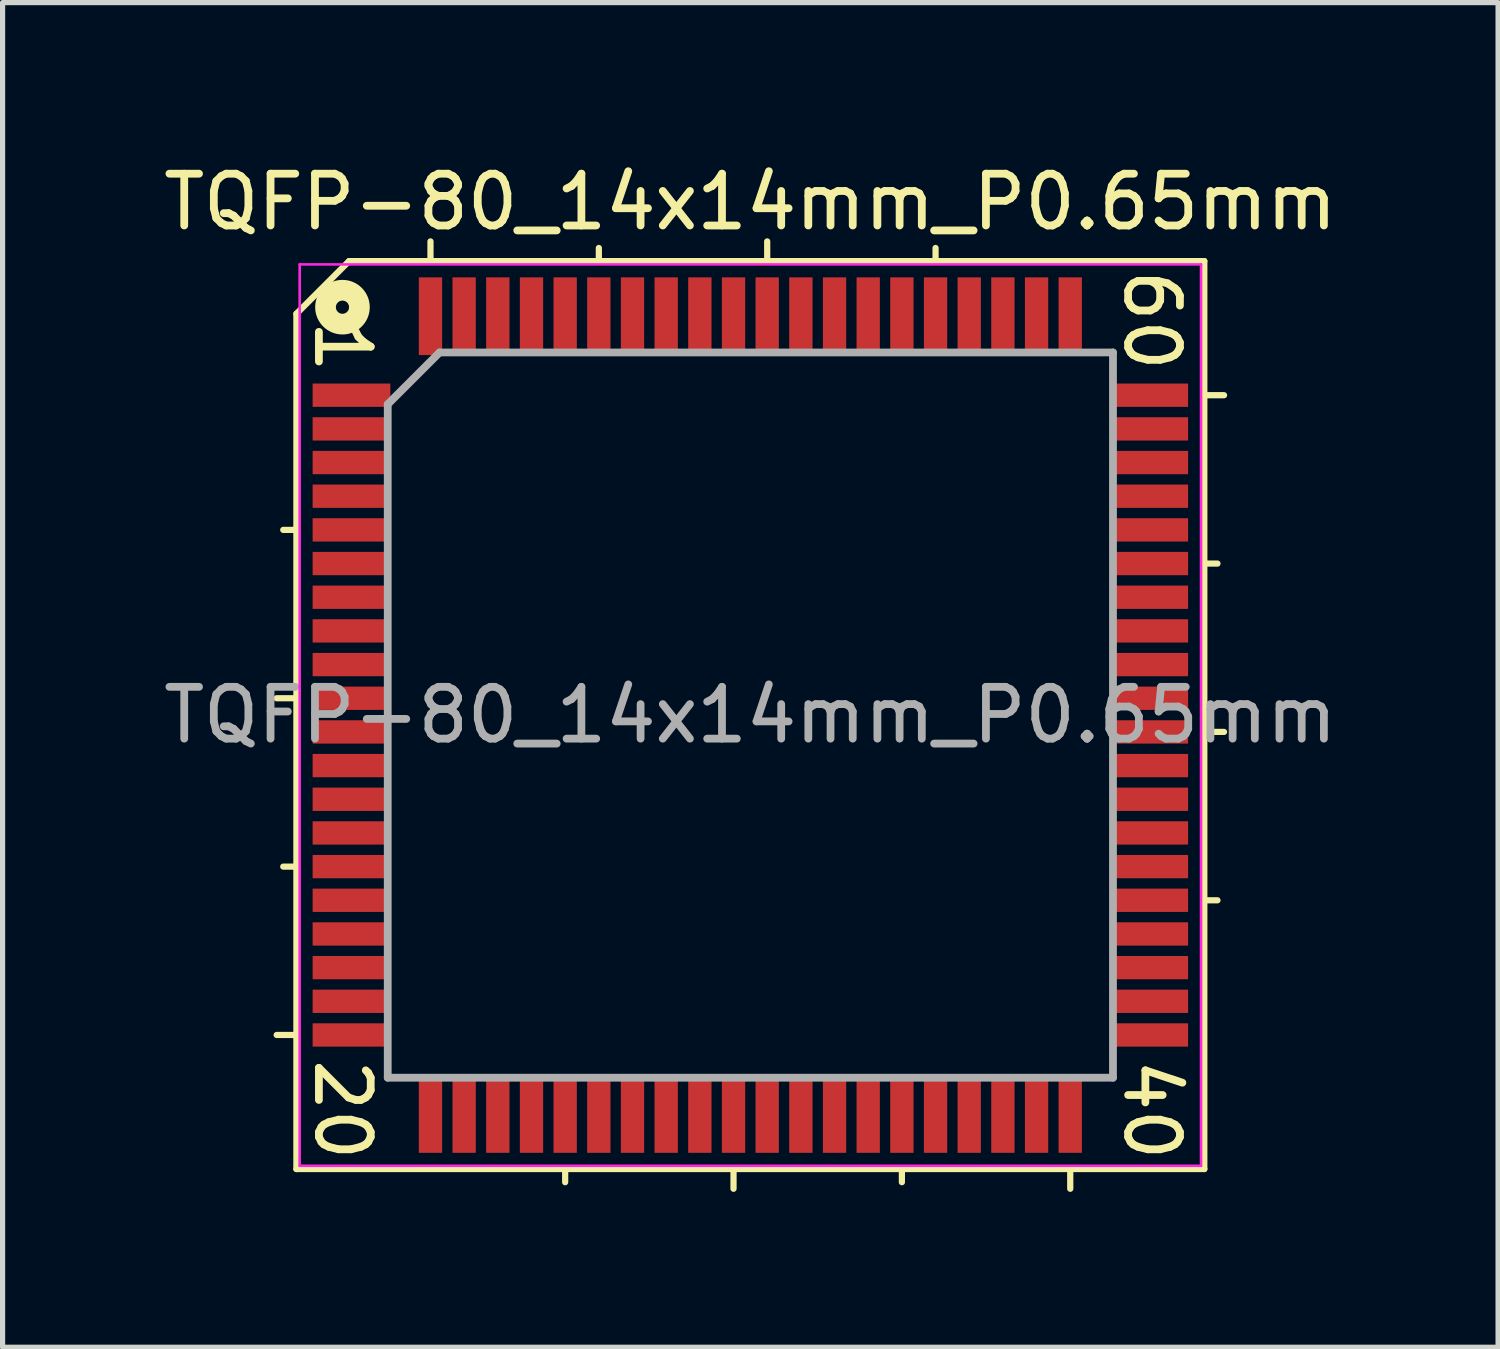
<source format=kicad_pcb>
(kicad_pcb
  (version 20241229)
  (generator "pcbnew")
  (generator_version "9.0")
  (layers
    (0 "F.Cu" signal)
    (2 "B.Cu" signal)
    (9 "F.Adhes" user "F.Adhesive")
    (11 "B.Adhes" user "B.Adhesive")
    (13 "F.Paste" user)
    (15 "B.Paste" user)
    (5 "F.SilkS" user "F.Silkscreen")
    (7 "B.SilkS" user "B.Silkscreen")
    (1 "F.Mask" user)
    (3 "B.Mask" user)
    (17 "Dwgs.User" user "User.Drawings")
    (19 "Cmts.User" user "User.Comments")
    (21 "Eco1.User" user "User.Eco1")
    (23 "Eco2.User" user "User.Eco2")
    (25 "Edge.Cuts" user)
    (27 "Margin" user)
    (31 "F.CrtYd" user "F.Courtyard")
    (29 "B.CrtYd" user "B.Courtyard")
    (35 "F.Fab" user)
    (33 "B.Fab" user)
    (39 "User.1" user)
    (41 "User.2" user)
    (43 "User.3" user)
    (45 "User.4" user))
  (footprint "TQFP-80_14x14mm_P0.65mm"
    (layer "F.Cu")
    (at 11.435 10.754)
    (property "Reference" "TQFP-80_14x14mm_P0.65mm" (at 0 -9.906 0) (layer "F.SilkS") (effects (font (size 1 1) (thickness 0.15))))
    (attr smd)
    (fp_line (start -8.763 -7.747) (end -8.763 8.763) (stroke (width 0.12) (type solid)) (layer "F.SilkS"))
    (fp_line (start -8.763 -3.575) (end -9.017 -3.575) (stroke (width 0.12) (type solid)) (layer "F.SilkS"))
    (fp_line (start -8.763 -0.325) (end -9.144 -0.325) (stroke (width 0.12) (type solid)) (layer "F.SilkS"))
    (fp_line (start -8.763 2.925) (end -9.017 2.925) (stroke (width 0.12) (type solid)) (layer "F.SilkS"))
    (fp_line (start -8.763 6.175) (end -9.144 6.175) (stroke (width 0.12) (type solid)) (layer "F.SilkS"))
    (fp_line (start -8.763 8.763) (end 8.763 8.763) (stroke (width 0.12) (type solid)) (layer "F.SilkS"))
    (fp_line (start -7.747 -8.763) (end -8.763 -7.747) (stroke (width 0.12) (type solid)) (layer "F.SilkS"))
    (fp_line (start -6.175 -8.763) (end -6.175 -9.144) (stroke (width 0.12) (type solid)) (layer "F.SilkS"))
    (fp_line (start -3.575 8.763) (end -3.575 9.017) (stroke (width 0.12) (type solid)) (layer "F.SilkS"))
    (fp_line (start -2.925 -8.763) (end -2.925 -9.017) (stroke (width 0.12) (type solid)) (layer "F.SilkS"))
    (fp_line (start -0.325 8.763) (end -0.325 9.144) (stroke (width 0.12) (type solid)) (layer "F.SilkS"))
    (fp_line (start 0.325 -8.763) (end 0.325 -9.144) (stroke (width 0.12) (type solid)) (layer "F.SilkS"))
    (fp_line (start 2.925 8.763) (end 2.925 9.017) (stroke (width 0.12) (type solid)) (layer "F.SilkS"))
    (fp_line (start 3.575 -8.763) (end 3.575 -9.017) (stroke (width 0.12) (type solid)) (layer "F.SilkS"))
    (fp_line (start 6.175 8.763) (end 6.175 9.144) (stroke (width 0.12) (type solid)) (layer "F.SilkS"))
    (fp_line (start 8.763 -8.763) (end -7.747 -8.763) (stroke (width 0.12) (type solid)) (layer "F.SilkS"))
    (fp_line (start 8.763 -6.175) (end 9.144 -6.175) (stroke (width 0.12) (type solid)) (layer "F.SilkS"))
    (fp_line (start 8.763 -2.925) (end 9.017 -2.925) (stroke (width 0.12) (type solid)) (layer "F.SilkS"))
    (fp_line (start 8.763 0.325) (end 9.144 0.325) (stroke (width 0.12) (type solid)) (layer "F.SilkS"))
    (fp_line (start 8.763 3.575) (end 9.017 3.575) (stroke (width 0.12) (type solid)) (layer "F.SilkS"))
    (fp_line (start 8.763 8.763) (end 8.763 -8.763) (stroke (width 0.12) (type solid)) (layer "F.SilkS"))
    (fp_circle (center -7.874 -7.874) (end -7.747 -7.874) (stroke (width 0.4) (type solid)) (fill no) (layer "F.SilkS"))
    (fp_line (start -8.7 -8.7) (end -8.7 8.7) (stroke (width 0.05) (type solid)) (layer "F.CrtYd"))
    (fp_line (start -8.7 -8.7) (end 8.7 -8.7) (stroke (width 0.05) (type solid)) (layer "F.CrtYd"))
    (fp_line (start -8.7 8.7) (end 8.7 8.7) (stroke (width 0.05) (type solid)) (layer "F.CrtYd"))
    (fp_line (start 8.7 -8.7) (end 8.7 8.7) (stroke (width 0.05) (type solid)) (layer "F.CrtYd"))
    (fp_line (start -7 -6) (end -6 -7) (stroke (width 0.15) (type solid)) (layer "F.Fab"))
    (fp_line (start -7 7) (end -7 -6) (stroke (width 0.15) (type solid)) (layer "F.Fab"))
    (fp_line (start -6 -7) (end 7 -7) (stroke (width 0.15) (type solid)) (layer "F.Fab"))
    (fp_line (start 7 -7) (end 7 7) (stroke (width 0.15) (type solid)) (layer "F.Fab"))
    (fp_line (start 7 7) (end -7 7) (stroke (width 0.15) (type solid)) (layer "F.Fab"))
    (fp_text user "60" (at 7.747 -7.62 270) (unlocked yes) (layer "F.SilkS") (effects (font (size 1 1) (thickness 0.15))))
    (fp_text user "20" (at -7.874 7.62 270) (unlocked yes) (layer "F.SilkS") (effects (font (size 1 1) (thickness 0.15))))
    (fp_text user "1" (at -7.874 -7.112 270) (unlocked yes) (layer "F.SilkS") (effects (font (size 1 1) (thickness 0.15))))
    (fp_text user "40" (at 7.747 7.62 270) (unlocked yes) (layer "F.SilkS") (effects (font (size 1 1) (thickness 0.15))))
    (fp_text user "${REFERENCE}" (at 0 0 0) (layer "F.Fab") (effects (font (size 1 1) (thickness 0.15))))
    (pad "1" smd rect (at -7.7 -6.175) (size 1.5 0.45) (layers "F.Cu" "F.Mask" "F.Paste"))
    (pad "2" smd rect (at -7.7 -5.525) (size 1.5 0.45) (layers "F.Cu" "F.Mask" "F.Paste"))
    (pad "3" smd rect (at -7.7 -4.875) (size 1.5 0.45) (layers "F.Cu" "F.Mask" "F.Paste"))
    (pad "4" smd rect (at -7.7 -4.225) (size 1.5 0.45) (layers "F.Cu" "F.Mask" "F.Paste"))
    (pad "5" smd rect (at -7.7 -3.575) (size 1.5 0.45) (layers "F.Cu" "F.Mask" "F.Paste"))
    (pad "6" smd rect (at -7.7 -2.925) (size 1.5 0.45) (layers "F.Cu" "F.Mask" "F.Paste"))
    (pad "7" smd rect (at -7.7 -2.275) (size 1.5 0.45) (layers "F.Cu" "F.Mask" "F.Paste"))
    (pad "8" smd rect (at -7.7 -1.625) (size 1.5 0.45) (layers "F.Cu" "F.Mask" "F.Paste"))
    (pad "9" smd rect (at -7.7 -0.975) (size 1.5 0.45) (layers "F.Cu" "F.Mask" "F.Paste"))
    (pad "10" smd rect (at -7.7 -0.325) (size 1.5 0.45) (layers "F.Cu" "F.Mask" "F.Paste"))
    (pad "11" smd rect (at -7.7 0.325) (size 1.5 0.45) (layers "F.Cu" "F.Mask" "F.Paste"))
    (pad "12" smd rect (at -7.7 0.975) (size 1.5 0.45) (layers "F.Cu" "F.Mask" "F.Paste"))
    (pad "13" smd rect (at -7.7 1.625) (size 1.5 0.45) (layers "F.Cu" "F.Mask" "F.Paste"))
    (pad "14" smd rect (at -7.7 2.275) (size 1.5 0.45) (layers "F.Cu" "F.Mask" "F.Paste"))
    (pad "15" smd rect (at -7.7 2.925) (size 1.5 0.45) (layers "F.Cu" "F.Mask" "F.Paste"))
    (pad "16" smd rect (at -7.7 3.575) (size 1.5 0.45) (layers "F.Cu" "F.Mask" "F.Paste"))
    (pad "17" smd rect (at -7.7 4.225) (size 1.5 0.45) (layers "F.Cu" "F.Mask" "F.Paste"))
    (pad "18" smd rect (at -7.7 4.875) (size 1.5 0.45) (layers "F.Cu" "F.Mask" "F.Paste"))
    (pad "19" smd rect (at -7.7 5.525) (size 1.5 0.45) (layers "F.Cu" "F.Mask" "F.Paste"))
    (pad "20" smd rect (at -7.7 6.175) (size 1.5 0.45) (layers "F.Cu" "F.Mask" "F.Paste"))
    (pad "21" smd rect (at -6.175 7.7 90) (size 1.5 0.45) (layers "F.Cu" "F.Mask" "F.Paste"))
    (pad "22" smd rect (at -5.525 7.7 90) (size 1.5 0.45) (layers "F.Cu" "F.Mask" "F.Paste"))
    (pad "23" smd rect (at -4.875 7.7 90) (size 1.5 0.45) (layers "F.Cu" "F.Mask" "F.Paste"))
    (pad "24" smd rect (at -4.225 7.7 90) (size 1.5 0.45) (layers "F.Cu" "F.Mask" "F.Paste"))
    (pad "25" smd rect (at -3.575 7.7 90) (size 1.5 0.45) (layers "F.Cu" "F.Mask" "F.Paste"))
    (pad "26" smd rect (at -2.925 7.7 90) (size 1.5 0.45) (layers "F.Cu" "F.Mask" "F.Paste"))
    (pad "27" smd rect (at -2.275 7.7 90) (size 1.5 0.45) (layers "F.Cu" "F.Mask" "F.Paste"))
    (pad "28" smd rect (at -1.625 7.7 90) (size 1.5 0.45) (layers "F.Cu" "F.Mask" "F.Paste"))
    (pad "29" smd rect (at -0.975 7.7 90) (size 1.5 0.45) (layers "F.Cu" "F.Mask" "F.Paste"))
    (pad "30" smd rect (at -0.325 7.7 90) (size 1.5 0.45) (layers "F.Cu" "F.Mask" "F.Paste"))
    (pad "31" smd rect (at 0.325 7.7 90) (size 1.5 0.45) (layers "F.Cu" "F.Mask" "F.Paste"))
    (pad "32" smd rect (at 0.975 7.7 90) (size 1.5 0.45) (layers "F.Cu" "F.Mask" "F.Paste"))
    (pad "33" smd rect (at 1.625 7.7 90) (size 1.5 0.45) (layers "F.Cu" "F.Mask" "F.Paste"))
    (pad "34" smd rect (at 2.275 7.7 90) (size 1.5 0.45) (layers "F.Cu" "F.Mask" "F.Paste"))
    (pad "35" smd rect (at 2.925 7.7 90) (size 1.5 0.45) (layers "F.Cu" "F.Mask" "F.Paste"))
    (pad "36" smd rect (at 3.575 7.7 90) (size 1.5 0.45) (layers "F.Cu" "F.Mask" "F.Paste"))
    (pad "37" smd rect (at 4.225 7.7 90) (size 1.5 0.45) (layers "F.Cu" "F.Mask" "F.Paste"))
    (pad "38" smd rect (at 4.875 7.7 90) (size 1.5 0.45) (layers "F.Cu" "F.Mask" "F.Paste"))
    (pad "39" smd rect (at 5.525 7.7 90) (size 1.5 0.45) (layers "F.Cu" "F.Mask" "F.Paste"))
    (pad "40" smd rect (at 6.175 7.7 90) (size 1.5 0.45) (layers "F.Cu" "F.Mask" "F.Paste"))
    (pad "41" smd rect (at 7.7 6.175) (size 1.5 0.45) (layers "F.Cu" "F.Mask" "F.Paste"))
    (pad "42" smd rect (at 7.7 5.525) (size 1.5 0.45) (layers "F.Cu" "F.Mask" "F.Paste"))
    (pad "43" smd rect (at 7.7 4.875) (size 1.5 0.45) (layers "F.Cu" "F.Mask" "F.Paste"))
    (pad "44" smd rect (at 7.7 4.225) (size 1.5 0.45) (layers "F.Cu" "F.Mask" "F.Paste"))
    (pad "45" smd rect (at 7.7 3.575) (size 1.5 0.45) (layers "F.Cu" "F.Mask" "F.Paste"))
    (pad "46" smd rect (at 7.7 2.925) (size 1.5 0.45) (layers "F.Cu" "F.Mask" "F.Paste"))
    (pad "47" smd rect (at 7.7 2.275) (size 1.5 0.45) (layers "F.Cu" "F.Mask" "F.Paste"))
    (pad "48" smd rect (at 7.7 1.625) (size 1.5 0.45) (layers "F.Cu" "F.Mask" "F.Paste"))
    (pad "49" smd rect (at 7.7 0.975) (size 1.5 0.45) (layers "F.Cu" "F.Mask" "F.Paste"))
    (pad "50" smd rect (at 7.7 0.325) (size 1.5 0.45) (layers "F.Cu" "F.Mask" "F.Paste"))
    (pad "51" smd rect (at 7.7 -0.325) (size 1.5 0.45) (layers "F.Cu" "F.Mask" "F.Paste"))
    (pad "52" smd rect (at 7.7 -0.975) (size 1.5 0.45) (layers "F.Cu" "F.Mask" "F.Paste"))
    (pad "53" smd rect (at 7.7 -1.625) (size 1.5 0.45) (layers "F.Cu" "F.Mask" "F.Paste"))
    (pad "54" smd rect (at 7.7 -2.275) (size 1.5 0.45) (layers "F.Cu" "F.Mask" "F.Paste"))
    (pad "55" smd rect (at 7.7 -2.925) (size 1.5 0.45) (layers "F.Cu" "F.Mask" "F.Paste"))
    (pad "56" smd rect (at 7.7 -3.575) (size 1.5 0.45) (layers "F.Cu" "F.Mask" "F.Paste"))
    (pad "57" smd rect (at 7.7 -4.225) (size 1.5 0.45) (layers "F.Cu" "F.Mask" "F.Paste"))
    (pad "58" smd rect (at 7.7 -4.875) (size 1.5 0.45) (layers "F.Cu" "F.Mask" "F.Paste"))
    (pad "59" smd rect (at 7.7 -5.525) (size 1.5 0.45) (layers "F.Cu" "F.Mask" "F.Paste"))
    (pad "60" smd rect (at 7.7 -6.175) (size 1.5 0.45) (layers "F.Cu" "F.Mask" "F.Paste"))
    (pad "61" smd rect (at 6.175 -7.7 90) (size 1.5 0.45) (layers "F.Cu" "F.Mask" "F.Paste"))
    (pad "62" smd rect (at 5.525 -7.7 90) (size 1.5 0.45) (layers "F.Cu" "F.Mask" "F.Paste"))
    (pad "63" smd rect (at 4.875 -7.7 90) (size 1.5 0.45) (layers "F.Cu" "F.Mask" "F.Paste"))
    (pad "64" smd rect (at 4.225 -7.7 90) (size 1.5 0.45) (layers "F.Cu" "F.Mask" "F.Paste"))
    (pad "65" smd rect (at 3.575 -7.7 90) (size 1.5 0.45) (layers "F.Cu" "F.Mask" "F.Paste"))
    (pad "66" smd rect (at 2.925 -7.7 90) (size 1.5 0.45) (layers "F.Cu" "F.Mask" "F.Paste"))
    (pad "67" smd rect (at 2.275 -7.7 90) (size 1.5 0.45) (layers "F.Cu" "F.Mask" "F.Paste"))
    (pad "68" smd rect (at 1.625 -7.7 90) (size 1.5 0.45) (layers "F.Cu" "F.Mask" "F.Paste"))
    (pad "69" smd rect (at 0.975 -7.7 90) (size 1.5 0.45) (layers "F.Cu" "F.Mask" "F.Paste"))
    (pad "70" smd rect (at 0.325 -7.7 90) (size 1.5 0.45) (layers "F.Cu" "F.Mask" "F.Paste"))
    (pad "71" smd rect (at -0.325 -7.7 90) (size 1.5 0.45) (layers "F.Cu" "F.Mask" "F.Paste"))
    (pad "72" smd rect (at -0.975 -7.7 90) (size 1.5 0.45) (layers "F.Cu" "F.Mask" "F.Paste"))
    (pad "73" smd rect (at -1.625 -7.7 90) (size 1.5 0.45) (layers "F.Cu" "F.Mask" "F.Paste"))
    (pad "74" smd rect (at -2.275 -7.7 90) (size 1.5 0.45) (layers "F.Cu" "F.Mask" "F.Paste"))
    (pad "75" smd rect (at -2.925 -7.7 90) (size 1.5 0.45) (layers "F.Cu" "F.Mask" "F.Paste"))
    (pad "76" smd rect (at -3.575 -7.7 90) (size 1.5 0.45) (layers "F.Cu" "F.Mask" "F.Paste"))
    (pad "77" smd rect (at -4.225 -7.7 90) (size 1.5 0.45) (layers "F.Cu" "F.Mask" "F.Paste"))
    (pad "78" smd rect (at -4.875 -7.7 90) (size 1.5 0.45) (layers "F.Cu" "F.Mask" "F.Paste"))
    (pad "79" smd rect (at -5.525 -7.7 90) (size 1.5 0.45) (layers "F.Cu" "F.Mask" "F.Paste"))
    (pad "80" smd rect (at -6.175 -7.7 90) (size 1.5 0.45) (layers "F.Cu" "F.Mask" "F.Paste")))
  (gr_rect
    (start -3 -3)
    (end 25.869 22.958)
    (stroke (width 0.1) (type default))
    (fill no)
    (layer "Edge.Cuts")))
</source>
